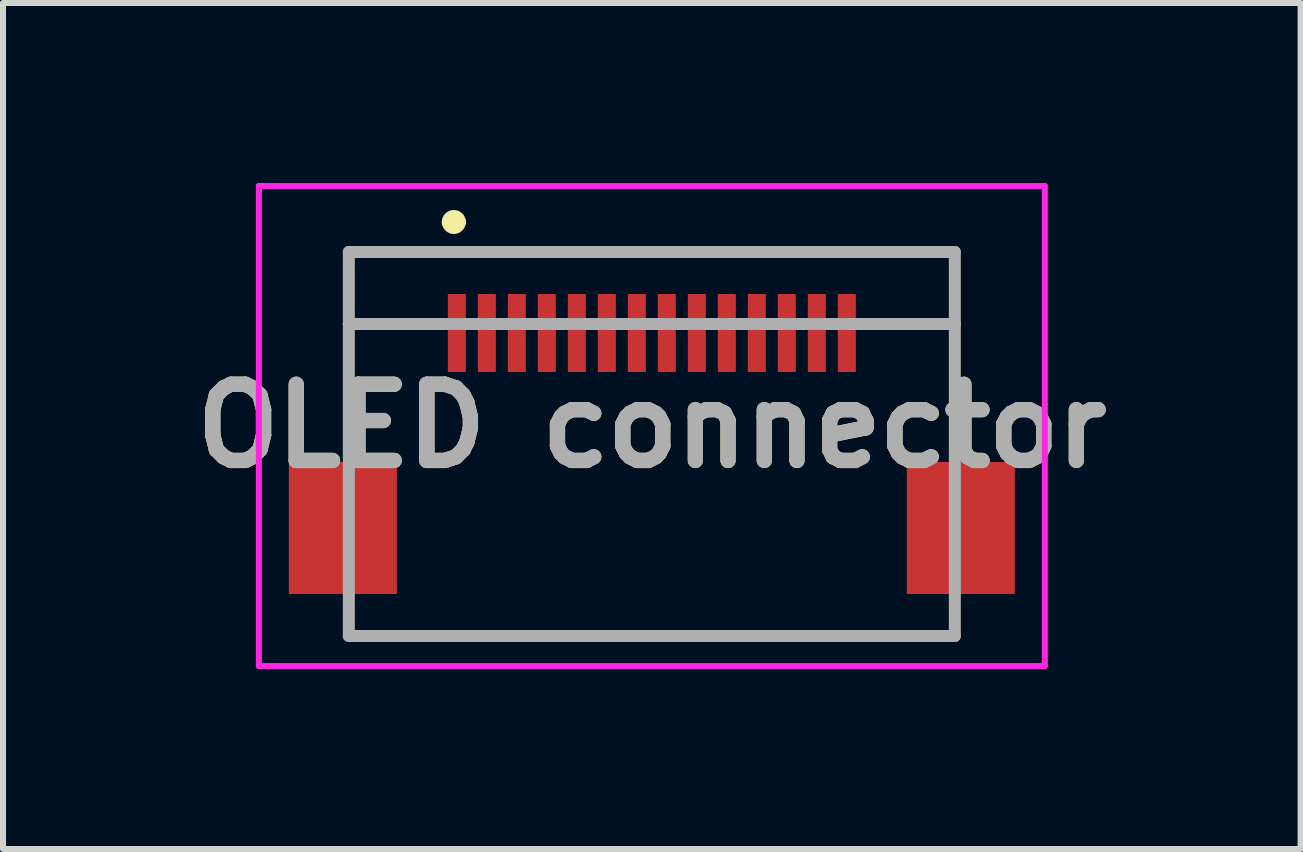
<source format=kicad_pcb>
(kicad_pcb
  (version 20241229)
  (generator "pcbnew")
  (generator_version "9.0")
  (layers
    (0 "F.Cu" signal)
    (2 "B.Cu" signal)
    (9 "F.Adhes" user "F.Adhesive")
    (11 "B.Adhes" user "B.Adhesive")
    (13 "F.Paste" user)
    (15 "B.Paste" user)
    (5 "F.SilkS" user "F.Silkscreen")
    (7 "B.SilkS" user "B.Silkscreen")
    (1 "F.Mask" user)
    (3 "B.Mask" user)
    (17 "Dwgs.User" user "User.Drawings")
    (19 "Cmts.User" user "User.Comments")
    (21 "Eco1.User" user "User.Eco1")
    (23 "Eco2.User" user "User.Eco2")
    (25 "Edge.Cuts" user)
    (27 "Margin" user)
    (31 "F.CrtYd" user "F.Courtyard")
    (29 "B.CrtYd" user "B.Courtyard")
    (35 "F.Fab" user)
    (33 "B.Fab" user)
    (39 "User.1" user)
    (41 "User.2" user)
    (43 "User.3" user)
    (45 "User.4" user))
  (footprint "OLED connector"
    (layer "F.Cu")
    (at 7.814 4.35)
    (property "Reference" "OLED connector" (at 0 -0.3 0) (layer "F.SilkS") (effects (font (size 1.27 1.27) (thickness 0.254))))
    (attr smd)
    (fp_line (start -5.05 -2) (end -5.05 -0.5) (stroke (width 0.1) (type solid)) (layer "F.SilkS"))
    (fp_line (start -5.05 3) (end -5.05 3.2) (stroke (width 0.1) (type solid)) (layer "F.SilkS"))
    (fp_line (start -5.05 3.2) (end 5.05 3.2) (stroke (width 0.1) (type solid)) (layer "F.SilkS"))
    (fp_line (start -4 -2) (end -5.05 -2) (stroke (width 0.1) (type solid)) (layer "F.SilkS"))
    (fp_line (start -3.4 -3.7) (end -3.4 -3.7) (stroke (width 0.2) (type solid)) (layer "F.SilkS"))
    (fp_line (start -3.2 -3.7) (end -3.2 -3.7) (stroke (width 0.2) (type solid)) (layer "F.SilkS"))
    (fp_line (start 4 -2) (end 5.05 -2) (stroke (width 0.1) (type solid)) (layer "F.SilkS"))
    (fp_line (start 5.05 -2) (end 5.05 -0.5) (stroke (width 0.1) (type solid)) (layer "F.SilkS"))
    (fp_line (start 5.05 3.2) (end 5.05 3) (stroke (width 0.1) (type solid)) (layer "F.SilkS"))
    (fp_arc (start -3.4 -3.7) (mid -3.3 -3.8) (end -3.2 -3.7) (stroke (width 0.2) (type solid)) (layer "F.SilkS"))
    (fp_arc (start -3.2 -3.7) (mid -3.3 -3.6) (end -3.4 -3.7) (stroke (width 0.2) (type solid)) (layer "F.SilkS"))
    (fp_line (start -6.55 -4.3) (end 6.55 -4.3) (stroke (width 0.1) (type solid)) (layer "F.CrtYd"))
    (fp_line (start -6.55 3.7) (end -6.55 -4.3) (stroke (width 0.1) (type solid)) (layer "F.CrtYd"))
    (fp_line (start 6.55 -4.3) (end 6.55 3.7) (stroke (width 0.1) (type solid)) (layer "F.CrtYd"))
    (fp_line (start 6.55 3.7) (end -6.55 3.7) (stroke (width 0.1) (type solid)) (layer "F.CrtYd"))
    (fp_line (start -5.05 -3.2) (end -5.05 -2) (stroke (width 0.2) (type solid)) (layer "F.Fab"))
    (fp_line (start -5.05 -2) (end 5.05 -2) (stroke (width 0.2) (type solid)) (layer "F.Fab"))
    (fp_line (start -5.05 -2) (end 5.05 -2) (stroke (width 0.2) (type solid)) (layer "F.Fab"))
    (fp_line (start -5.05 3.2) (end -5.05 -2) (stroke (width 0.2) (type solid)) (layer "F.Fab"))
    (fp_line (start 5.05 -3.2) (end -5.05 -3.2) (stroke (width 0.2) (type solid)) (layer "F.Fab"))
    (fp_line (start 5.05 -2) (end 5.05 -3.2) (stroke (width 0.2) (type solid)) (layer "F.Fab"))
    (fp_line (start 5.05 -2) (end 5.05 3.2) (stroke (width 0.2) (type solid)) (layer "F.Fab"))
    (fp_line (start 5.05 3.2) (end -5.05 3.2) (stroke (width 0.2) (type solid)) (layer "F.Fab"))
    (fp_text user "${REFERENCE}" (at 0 -0.3 0) (layer "F.Fab") (effects (font (size 1.27 1.27) (thickness 0.254))))
    (pad "1" smd rect (at -3.25 -1.85) (size 0.3 1.3) (layers "F.Cu" "F.Mask" "F.Paste"))
    (pad "2" smd rect (at -2.75 -1.85) (size 0.3 1.3) (layers "F.Cu" "F.Mask" "F.Paste"))
    (pad "3" smd rect (at -2.25 -1.85) (size 0.3 1.3) (layers "F.Cu" "F.Mask" "F.Paste"))
    (pad "4" smd rect (at -1.75 -1.85) (size 0.3 1.3) (layers "F.Cu" "F.Mask" "F.Paste"))
    (pad "5" smd rect (at -1.25 -1.85) (size 0.3 1.3) (layers "F.Cu" "F.Mask" "F.Paste"))
    (pad "6" smd rect (at -0.75 -1.85) (size 0.3 1.3) (layers "F.Cu" "F.Mask" "F.Paste"))
    (pad "7" smd rect (at -0.25 -1.85) (size 0.3 1.3) (layers "F.Cu" "F.Mask" "F.Paste"))
    (pad "8" smd rect (at 0.25 -1.85) (size 0.3 1.3) (layers "F.Cu" "F.Mask" "F.Paste"))
    (pad "9" smd rect (at 0.75 -1.85) (size 0.3 1.3) (layers "F.Cu" "F.Mask" "F.Paste"))
    (pad "10" smd rect (at 1.25 -1.85) (size 0.3 1.3) (layers "F.Cu" "F.Mask" "F.Paste"))
    (pad "11" smd rect (at 1.75 -1.85) (size 0.3 1.3) (layers "F.Cu" "F.Mask" "F.Paste"))
    (pad "12" smd rect (at 2.25 -1.85) (size 0.3 1.3) (layers "F.Cu" "F.Mask" "F.Paste"))
    (pad "13" smd rect (at 2.75 -1.85) (size 0.3 1.3) (layers "F.Cu" "F.Mask" "F.Paste"))
    (pad "14" smd rect (at 3.25 -1.85) (size 0.3 1.3) (layers "F.Cu" "F.Mask" "F.Paste"))
    (pad "MP1" smd rect (at -5.15 1.4) (size 1.8 2.2) (layers "F.Cu" "F.Mask" "F.Paste"))
    (pad "MP2" smd rect (at 5.15 1.4) (size 1.8 2.2) (layers "F.Cu" "F.Mask" "F.Paste")))
  (gr_rect
    (start -3 -3)
    (end 18.627 11.1)
    (stroke (width 0.1) (type default))
    (fill no)
    (layer "Edge.Cuts")))
</source>
